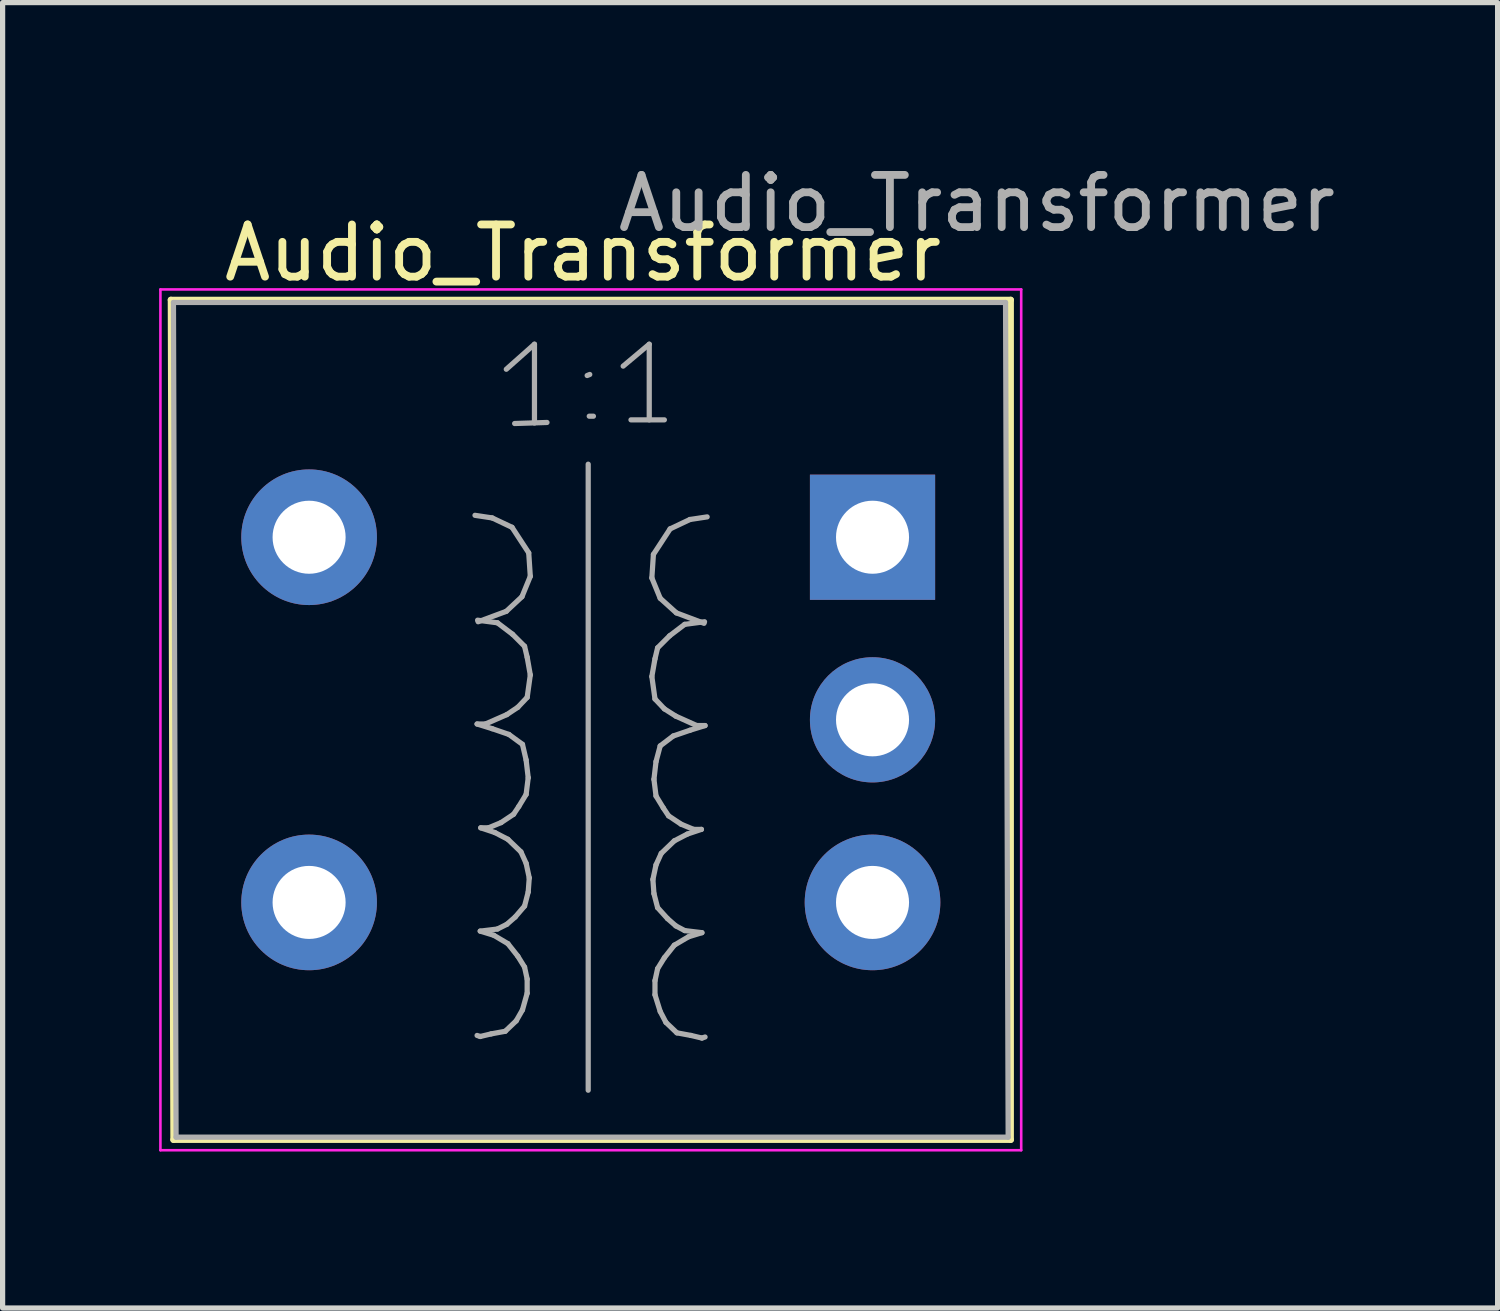
<source format=kicad_pcb>
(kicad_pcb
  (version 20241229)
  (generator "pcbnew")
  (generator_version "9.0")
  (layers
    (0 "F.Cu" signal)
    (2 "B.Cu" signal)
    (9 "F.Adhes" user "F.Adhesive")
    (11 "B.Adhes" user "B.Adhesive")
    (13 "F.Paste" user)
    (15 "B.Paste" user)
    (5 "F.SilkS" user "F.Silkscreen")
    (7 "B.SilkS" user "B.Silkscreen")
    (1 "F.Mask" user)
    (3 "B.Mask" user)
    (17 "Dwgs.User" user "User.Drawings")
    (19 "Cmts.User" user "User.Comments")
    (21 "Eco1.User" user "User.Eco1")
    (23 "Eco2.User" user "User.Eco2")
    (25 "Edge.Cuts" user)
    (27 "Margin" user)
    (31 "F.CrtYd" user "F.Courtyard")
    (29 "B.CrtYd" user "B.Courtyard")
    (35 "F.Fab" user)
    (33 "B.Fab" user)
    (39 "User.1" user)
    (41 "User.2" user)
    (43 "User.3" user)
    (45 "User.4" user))
  (footprint "Audio_Transformer"
    (layer "F.Cu")
    (at 8.275 10.748)
    (property "Reference" "Audio_Transformer" (at -0.15 -8.95 0) (layer "F.SilkS") (effects (font (size 1 1) (thickness 0.15))))
    (attr through_hole)
    (fp_line (start -8.05 -8.05) (end 8.05 -8.05) (stroke (width 0.12) (type solid)) (layer "F.SilkS"))
    (fp_line (start -8 8.05) (end -8.05 -8.05) (stroke (width 0.12) (type solid)) (layer "F.SilkS"))
    (fp_line (start 8.05 -8.05) (end 8.05 8.05) (stroke (width 0.12) (type solid)) (layer "F.SilkS"))
    (fp_line (start 8.05 8.05) (end -8 8.05) (stroke (width 0.12) (type solid)) (layer "F.SilkS"))
    (fp_line (start -8.25 -8.25) (end -8.25 8.25) (stroke (width 0.05) (type solid)) (layer "F.CrtYd"))
    (fp_line (start -8.25 -8.25) (end 8.25 -8.25) (stroke (width 0.05) (type solid)) (layer "F.CrtYd"))
    (fp_line (start 8.25 8.25) (end -8.25 8.25) (stroke (width 0.05) (type solid)) (layer "F.CrtYd"))
    (fp_line (start 8.25 8.25) (end 8.25 -8.25) (stroke (width 0.05) (type solid)) (layer "F.CrtYd"))
    (fp_line (start -8 -8) (end -7.95 8) (stroke (width 0.1) (type solid)) (layer "F.Fab"))
    (fp_line (start -7.95 8) (end 8 8) (stroke (width 0.1) (type solid)) (layer "F.Fab"))
    (fp_line (start -2.22 -3.92) (end -1.89 -3.87) (stroke (width 0.1) (type solid)) (layer "F.Fab"))
    (fp_line (start -2.18 0.08) (end -1.89 0.17) (stroke (width 0.1) (type solid)) (layer "F.Fab"))
    (fp_line (start -2.17 -1.91) (end -1.79 -1.86) (stroke (width 0.1) (type solid)) (layer "F.Fab"))
    (fp_line (start -2.12 4.05) (end -1.86 4.13) (stroke (width 0.1) (type solid)) (layer "F.Fab"))
    (fp_line (start -2.12 6.07) (end -2.18 6.05) (stroke (width 0.1) (type solid)) (layer "F.Fab"))
    (fp_line (start -2.11 2.07) (end -1.84 2.16) (stroke (width 0.1) (type solid)) (layer "F.Fab"))
    (fp_line (start -2.02 0.08) (end -2.18 0.08) (stroke (width 0.1) (type solid)) (layer "F.Fab"))
    (fp_line (start -1.96 2.07) (end -2.11 2.07) (stroke (width 0.1) (type solid)) (layer "F.Fab"))
    (fp_line (start -1.91 6.02) (end -2.12 6.07) (stroke (width 0.1) (type solid)) (layer "F.Fab"))
    (fp_line (start -1.89 -3.87) (end -1.51 -3.69) (stroke (width 0.1) (type solid)) (layer "F.Fab"))
    (fp_line (start -1.89 0.17) (end -1.57 0.28) (stroke (width 0.1) (type solid)) (layer "F.Fab"))
    (fp_line (start -1.86 4.13) (end -1.59 4.29) (stroke (width 0.1) (type solid)) (layer "F.Fab"))
    (fp_line (start -1.84 2.16) (end -1.59 2.29) (stroke (width 0.1) (type solid)) (layer "F.Fab"))
    (fp_line (start -1.79 -1.86) (end -1.5 -1.64) (stroke (width 0.1) (type solid)) (layer "F.Fab"))
    (fp_line (start -1.79 4.01) (end -2.12 4.05) (stroke (width 0.1) (type solid)) (layer "F.Fab"))
    (fp_line (start -1.72 1.97) (end -1.96 2.07) (stroke (width 0.1) (type solid)) (layer "F.Fab"))
    (fp_line (start -1.64 5.97) (end -1.91 6.02) (stroke (width 0.1) (type solid)) (layer "F.Fab"))
    (fp_line (start -1.62 -6.72) (end -1.08 -7.2) (stroke (width 0.1) (type solid)) (layer "F.Fab"))
    (fp_line (start -1.62 -2.08) (end -2.16 -1.88) (stroke (width 0.1) (type solid)) (layer "F.Fab"))
    (fp_line (start -1.61 -0.1) (end -2.02 0.08) (stroke (width 0.1) (type solid)) (layer "F.Fab"))
    (fp_line (start -1.61 3.92) (end -1.79 4.01) (stroke (width 0.1) (type solid)) (layer "F.Fab"))
    (fp_line (start -1.59 2.29) (end -1.34 2.53) (stroke (width 0.1) (type solid)) (layer "F.Fab"))
    (fp_line (start -1.59 4.29) (end -1.4 4.53) (stroke (width 0.1) (type solid)) (layer "F.Fab"))
    (fp_line (start -1.57 0.28) (end -1.31 0.47) (stroke (width 0.1) (type solid)) (layer "F.Fab"))
    (fp_line (start -1.51 -3.69) (end -1.19 -3.2) (stroke (width 0.1) (type solid)) (layer "F.Fab"))
    (fp_line (start -1.5 -1.64) (end -1.27 -1.41) (stroke (width 0.1) (type solid)) (layer "F.Fab"))
    (fp_line (start -1.48 1.81) (end -1.72 1.97) (stroke (width 0.1) (type solid)) (layer "F.Fab"))
    (fp_line (start -1.46 -5.68) (end -0.84 -5.7) (stroke (width 0.1) (type solid)) (layer "F.Fab"))
    (fp_line (start -1.45 3.78) (end -1.61 3.92) (stroke (width 0.1) (type solid)) (layer "F.Fab"))
    (fp_line (start -1.43 5.77) (end -1.64 5.97) (stroke (width 0.1) (type solid)) (layer "F.Fab"))
    (fp_line (start -1.4 -0.24) (end -1.61 -0.1) (stroke (width 0.1) (type solid)) (layer "F.Fab"))
    (fp_line (start -1.4 4.53) (end -1.27 4.74) (stroke (width 0.1) (type solid)) (layer "F.Fab"))
    (fp_line (start -1.38 1.66) (end -1.48 1.81) (stroke (width 0.1) (type solid)) (layer "F.Fab"))
    (fp_line (start -1.34 2.53) (end -1.24 2.75) (stroke (width 0.1) (type solid)) (layer "F.Fab"))
    (fp_line (start -1.32 -2.36) (end -1.62 -2.08) (stroke (width 0.1) (type solid)) (layer "F.Fab"))
    (fp_line (start -1.31 0.47) (end -1.24 0.77) (stroke (width 0.1) (type solid)) (layer "F.Fab"))
    (fp_line (start -1.31 5.56) (end -1.43 5.77) (stroke (width 0.1) (type solid)) (layer "F.Fab"))
    (fp_line (start -1.27 -1.41) (end -1.22 -1.2) (stroke (width 0.1) (type solid)) (layer "F.Fab"))
    (fp_line (start -1.27 3.57) (end -1.45 3.78) (stroke (width 0.1) (type solid)) (layer "F.Fab"))
    (fp_line (start -1.27 4.74) (end -1.22 4.97) (stroke (width 0.1) (type solid)) (layer "F.Fab"))
    (fp_line (start -1.24 0.77) (end -1.2 1.11) (stroke (width 0.1) (type solid)) (layer "F.Fab"))
    (fp_line (start -1.24 1.43) (end -1.38 1.66) (stroke (width 0.1) (type solid)) (layer "F.Fab"))
    (fp_line (start -1.24 2.75) (end -1.18 3.03) (stroke (width 0.1) (type solid)) (layer "F.Fab"))
    (fp_line (start -1.22 -1.2) (end -1.16 -0.86) (stroke (width 0.1) (type solid)) (layer "F.Fab"))
    (fp_line (start -1.22 -0.43) (end -1.4 -0.24) (stroke (width 0.1) (type solid)) (layer "F.Fab"))
    (fp_line (start -1.22 4.97) (end -1.22 5.24) (stroke (width 0.1) (type solid)) (layer "F.Fab"))
    (fp_line (start -1.22 5.24) (end -1.31 5.56) (stroke (width 0.1) (type solid)) (layer "F.Fab"))
    (fp_line (start -1.2 1.11) (end -1.24 1.43) (stroke (width 0.1) (type solid)) (layer "F.Fab"))
    (fp_line (start -1.2 3.3) (end -1.27 3.57) (stroke (width 0.1) (type solid)) (layer "F.Fab"))
    (fp_line (start -1.19 -3.2) (end -1.16 -2.75) (stroke (width 0.1) (type solid)) (layer "F.Fab"))
    (fp_line (start -1.18 3.03) (end -1.2 3.3) (stroke (width 0.1) (type solid)) (layer "F.Fab"))
    (fp_line (start -1.16 -2.75) (end -1.32 -2.36) (stroke (width 0.1) (type solid)) (layer "F.Fab"))
    (fp_line (start -1.16 -0.86) (end -1.22 -0.43) (stroke (width 0.1) (type solid)) (layer "F.Fab"))
    (fp_line (start -1.08 -7.2) (end -1.08 -5.69) (stroke (width 0.1) (type solid)) (layer "F.Fab"))
    (fp_line (start -0.05 -4.9) (end -0.05 7.1) (stroke (width 0.1) (type solid)) (layer "F.Fab"))
    (fp_line (start -0.02 -6.62) (end -0.07 -6.6) (stroke (width 0.1) (type solid)) (layer "F.Fab"))
    (fp_line (start 0.05 -5.82) (end -0.03 -5.82) (stroke (width 0.1) (type solid)) (layer "F.Fab"))
    (fp_line (start 0.62 -6.78) (end 1.12 -7.2) (stroke (width 0.1) (type solid)) (layer "F.Fab"))
    (fp_line (start 0.77 -5.75) (end 1.41 -5.75) (stroke (width 0.1) (type solid)) (layer "F.Fab"))
    (fp_line (start 1.12 -7.2) (end 1.12 -5.75) (stroke (width 0.1) (type solid)) (layer "F.Fab"))
    (fp_line (start 1.17 -2.72) (end 1.33 -2.33) (stroke (width 0.1) (type solid)) (layer "F.Fab"))
    (fp_line (start 1.17 -0.83) (end 1.23 -0.4) (stroke (width 0.1) (type solid)) (layer "F.Fab"))
    (fp_line (start 1.19 3.06) (end 1.21 3.33) (stroke (width 0.1) (type solid)) (layer "F.Fab"))
    (fp_line (start 1.2 -3.17) (end 1.17 -2.72) (stroke (width 0.1) (type solid)) (layer "F.Fab"))
    (fp_line (start 1.21 1.14) (end 1.25 1.46) (stroke (width 0.1) (type solid)) (layer "F.Fab"))
    (fp_line (start 1.21 3.33) (end 1.28 3.6) (stroke (width 0.1) (type solid)) (layer "F.Fab"))
    (fp_line (start 1.23 -1.17) (end 1.17 -0.83) (stroke (width 0.1) (type solid)) (layer "F.Fab"))
    (fp_line (start 1.23 -0.4) (end 1.41 -0.21) (stroke (width 0.1) (type solid)) (layer "F.Fab"))
    (fp_line (start 1.23 5) (end 1.23 5.27) (stroke (width 0.1) (type solid)) (layer "F.Fab"))
    (fp_line (start 1.23 5.27) (end 1.33 5.59) (stroke (width 0.1) (type solid)) (layer "F.Fab"))
    (fp_line (start 1.25 0.8) (end 1.21 1.14) (stroke (width 0.1) (type solid)) (layer "F.Fab"))
    (fp_line (start 1.25 1.46) (end 1.39 1.69) (stroke (width 0.1) (type solid)) (layer "F.Fab"))
    (fp_line (start 1.25 2.78) (end 1.19 3.06) (stroke (width 0.1) (type solid)) (layer "F.Fab"))
    (fp_line (start 1.28 -1.38) (end 1.23 -1.17) (stroke (width 0.1) (type solid)) (layer "F.Fab"))
    (fp_line (start 1.28 3.6) (end 1.47 3.81) (stroke (width 0.1) (type solid)) (layer "F.Fab"))
    (fp_line (start 1.28 4.77) (end 1.23 5) (stroke (width 0.1) (type solid)) (layer "F.Fab"))
    (fp_line (start 1.33 -2.33) (end 1.64 -2.05) (stroke (width 0.1) (type solid)) (layer "F.Fab"))
    (fp_line (start 1.33 0.5) (end 1.25 0.8) (stroke (width 0.1) (type solid)) (layer "F.Fab"))
    (fp_line (start 1.33 5.59) (end 1.44 5.8) (stroke (width 0.1) (type solid)) (layer "F.Fab"))
    (fp_line (start 1.35 2.56) (end 1.25 2.78) (stroke (width 0.1) (type solid)) (layer "F.Fab"))
    (fp_line (start 1.39 1.69) (end 1.49 1.84) (stroke (width 0.1) (type solid)) (layer "F.Fab"))
    (fp_line (start 1.41 -0.21) (end 1.63 -0.07) (stroke (width 0.1) (type solid)) (layer "F.Fab"))
    (fp_line (start 1.41 4.56) (end 1.28 4.77) (stroke (width 0.1) (type solid)) (layer "F.Fab"))
    (fp_line (start 1.44 5.8) (end 1.65 6) (stroke (width 0.1) (type solid)) (layer "F.Fab"))
    (fp_line (start 1.47 3.81) (end 1.63 3.95) (stroke (width 0.1) (type solid)) (layer "F.Fab"))
    (fp_line (start 1.49 1.84) (end 1.73 2) (stroke (width 0.1) (type solid)) (layer "F.Fab"))
    (fp_line (start 1.51 -1.61) (end 1.28 -1.38) (stroke (width 0.1) (type solid)) (layer "F.Fab"))
    (fp_line (start 1.52 -3.66) (end 1.2 -3.17) (stroke (width 0.1) (type solid)) (layer "F.Fab"))
    (fp_line (start 1.58 0.31) (end 1.33 0.5) (stroke (width 0.1) (type solid)) (layer "F.Fab"))
    (fp_line (start 1.6 2.32) (end 1.35 2.56) (stroke (width 0.1) (type solid)) (layer "F.Fab"))
    (fp_line (start 1.6 4.32) (end 1.41 4.56) (stroke (width 0.1) (type solid)) (layer "F.Fab"))
    (fp_line (start 1.63 -0.07) (end 2.03 0.11) (stroke (width 0.1) (type solid)) (layer "F.Fab"))
    (fp_line (start 1.63 3.95) (end 1.8 4.04) (stroke (width 0.1) (type solid)) (layer "F.Fab"))
    (fp_line (start 1.64 -2.05) (end 2.17 -1.85) (stroke (width 0.1) (type solid)) (layer "F.Fab"))
    (fp_line (start 1.65 6) (end 1.92 6.05) (stroke (width 0.1) (type solid)) (layer "F.Fab"))
    (fp_line (start 1.73 2) (end 1.97 2.1) (stroke (width 0.1) (type solid)) (layer "F.Fab"))
    (fp_line (start 1.8 -1.83) (end 1.51 -1.61) (stroke (width 0.1) (type solid)) (layer "F.Fab"))
    (fp_line (start 1.8 4.04) (end 2.13 4.08) (stroke (width 0.1) (type solid)) (layer "F.Fab"))
    (fp_line (start 1.85 2.19) (end 1.6 2.32) (stroke (width 0.1) (type solid)) (layer "F.Fab"))
    (fp_line (start 1.87 4.16) (end 1.6 4.32) (stroke (width 0.1) (type solid)) (layer "F.Fab"))
    (fp_line (start 1.9 -3.84) (end 1.52 -3.66) (stroke (width 0.1) (type solid)) (layer "F.Fab"))
    (fp_line (start 1.9 0.2) (end 1.58 0.31) (stroke (width 0.1) (type solid)) (layer "F.Fab"))
    (fp_line (start 1.92 6.05) (end 2.13 6.1) (stroke (width 0.1) (type solid)) (layer "F.Fab"))
    (fp_line (start 1.97 2.1) (end 2.12 2.1) (stroke (width 0.1) (type solid)) (layer "F.Fab"))
    (fp_line (start 2.03 0.11) (end 2.19 0.11) (stroke (width 0.1) (type solid)) (layer "F.Fab"))
    (fp_line (start 2.12 2.1) (end 1.85 2.19) (stroke (width 0.1) (type solid)) (layer "F.Fab"))
    (fp_line (start 2.13 4.08) (end 1.87 4.16) (stroke (width 0.1) (type solid)) (layer "F.Fab"))
    (fp_line (start 2.13 6.1) (end 2.19 6.08) (stroke (width 0.1) (type solid)) (layer "F.Fab"))
    (fp_line (start 2.18 -1.88) (end 1.8 -1.83) (stroke (width 0.1) (type solid)) (layer "F.Fab"))
    (fp_line (start 2.19 0.11) (end 1.9 0.2) (stroke (width 0.1) (type solid)) (layer "F.Fab"))
    (fp_line (start 2.23 -3.89) (end 1.9 -3.84) (stroke (width 0.1) (type solid)) (layer "F.Fab"))
    (fp_line (start 7.95 -8) (end -8 -8) (stroke (width 0.1) (type solid)) (layer "F.Fab"))
    (fp_line (start 8 8) (end 7.95 -8) (stroke (width 0.1) (type solid)) (layer "F.Fab"))
    (fp_text user "${REFERENCE}" (at 7.4 -9.9 0) (layer "F.Fab") (effects (font (size 1 1) (thickness 0.15))))
    (pad "1" thru_hole circle (at -5.4 -3.5) (size 2.6 2.6) (drill 1.4) (layers "*.Cu" "*.Mask"))
    (pad "2" thru_hole circle (at -5.4 3.5) (size 2.6 2.6) (drill 1.4) (layers "*.Cu" "*.Mask"))
    (pad "3" thru_hole circle (at 5.4 3.5) (size 2.6 2.6) (drill 1.4) (layers "*.Cu" "*.Mask"))
    (pad "4" thru_hole circle (at 5.4 0) (size 2.4 2.4) (drill 1.4) (layers "*.Cu" "*.Mask"))
    (pad "5" thru_hole rect (at 5.4 -3.5) (size 2.4 2.4) (drill 1.4) (layers "*.Cu" "*.Mask")))
  (gr_rect
    (start -3 -3)
    (end 25.657 22.023)
    (stroke (width 0.1) (type default))
    (fill no)
    (layer "Edge.Cuts")))
</source>
